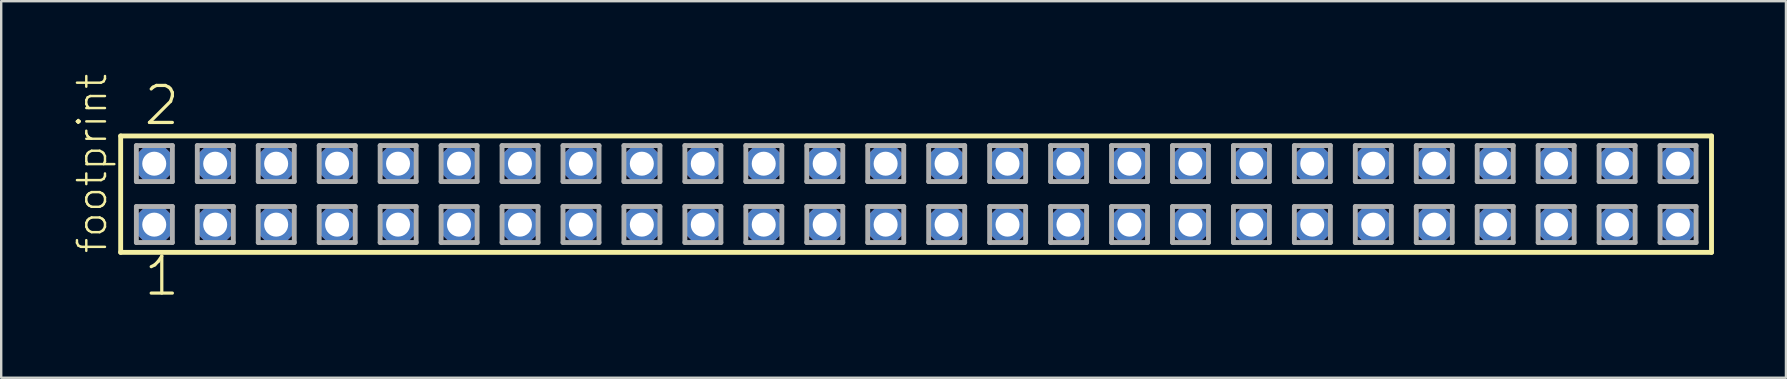
<source format=kicad_pcb>
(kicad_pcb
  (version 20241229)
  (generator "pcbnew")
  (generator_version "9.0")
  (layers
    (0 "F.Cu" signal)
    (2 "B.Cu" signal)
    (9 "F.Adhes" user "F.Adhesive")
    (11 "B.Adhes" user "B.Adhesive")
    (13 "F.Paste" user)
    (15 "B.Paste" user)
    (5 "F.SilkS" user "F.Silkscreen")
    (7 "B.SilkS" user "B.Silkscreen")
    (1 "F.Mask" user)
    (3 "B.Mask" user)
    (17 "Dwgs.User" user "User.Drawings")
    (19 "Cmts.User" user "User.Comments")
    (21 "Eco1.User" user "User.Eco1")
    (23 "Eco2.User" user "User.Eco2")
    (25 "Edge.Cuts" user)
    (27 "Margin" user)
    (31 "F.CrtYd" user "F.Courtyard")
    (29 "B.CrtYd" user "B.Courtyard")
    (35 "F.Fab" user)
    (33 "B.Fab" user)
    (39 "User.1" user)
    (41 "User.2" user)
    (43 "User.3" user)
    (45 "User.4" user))
  (footprint "footprint"
    (layer "F.Cu")
    (at 35.128 5.042)
    (property "Reference" "footprint" (at -33.655 2.54 90) (layer "F.SilkS") (effects (font (size 1.168 1.168) (thickness 0.102)) (justify left bottom)))
    (fp_line (start -33.149 -2.425) (end 33.149 -2.425) (stroke (width 0.203) (type solid)) (layer "F.SilkS"))
    (fp_line (start -33.149 2.425) (end -33.149 -2.425) (stroke (width 0.203) (type solid)) (layer "F.SilkS"))
    (fp_line (start 33.149 -2.425) (end 33.149 2.425) (stroke (width 0.203) (type solid)) (layer "F.SilkS"))
    (fp_line (start 33.149 2.425) (end -33.149 2.425) (stroke (width 0.203) (type solid)) (layer "F.SilkS"))
    (fp_line (start -32.495 -2.025) (end -30.995 -2.025) (stroke (width 0.203) (type solid)) (layer "F.Fab"))
    (fp_line (start -32.495 -0.525) (end -32.495 -2.025) (stroke (width 0.203) (type solid)) (layer "F.Fab"))
    (fp_line (start -32.495 0.515) (end -30.995 0.515) (stroke (width 0.203) (type solid)) (layer "F.Fab"))
    (fp_line (start -32.495 2.015) (end -32.495 0.515) (stroke (width 0.203) (type solid)) (layer "F.Fab"))
    (fp_line (start -30.995 -2.025) (end -30.995 -0.525) (stroke (width 0.203) (type solid)) (layer "F.Fab"))
    (fp_line (start -30.995 -0.525) (end -32.495 -0.525) (stroke (width 0.203) (type solid)) (layer "F.Fab"))
    (fp_line (start -30.995 0.515) (end -30.995 2.015) (stroke (width 0.203) (type solid)) (layer "F.Fab"))
    (fp_line (start -30.995 2.015) (end -32.495 2.015) (stroke (width 0.203) (type solid)) (layer "F.Fab"))
    (fp_line (start -29.955 -2.025) (end -28.455 -2.025) (stroke (width 0.203) (type solid)) (layer "F.Fab"))
    (fp_line (start -29.955 -0.525) (end -29.955 -2.025) (stroke (width 0.203) (type solid)) (layer "F.Fab"))
    (fp_line (start -29.955 0.515) (end -28.455 0.515) (stroke (width 0.203) (type solid)) (layer "F.Fab"))
    (fp_line (start -29.955 2.015) (end -29.955 0.515) (stroke (width 0.203) (type solid)) (layer "F.Fab"))
    (fp_line (start -28.455 -2.025) (end -28.455 -0.525) (stroke (width 0.203) (type solid)) (layer "F.Fab"))
    (fp_line (start -28.455 -0.525) (end -29.955 -0.525) (stroke (width 0.203) (type solid)) (layer "F.Fab"))
    (fp_line (start -28.455 0.515) (end -28.455 2.015) (stroke (width 0.203) (type solid)) (layer "F.Fab"))
    (fp_line (start -28.455 2.015) (end -29.955 2.015) (stroke (width 0.203) (type solid)) (layer "F.Fab"))
    (fp_line (start -27.415 -2.025) (end -25.915 -2.025) (stroke (width 0.203) (type solid)) (layer "F.Fab"))
    (fp_line (start -27.415 -0.525) (end -27.415 -2.025) (stroke (width 0.203) (type solid)) (layer "F.Fab"))
    (fp_line (start -27.415 0.515) (end -25.915 0.515) (stroke (width 0.203) (type solid)) (layer "F.Fab"))
    (fp_line (start -27.415 2.015) (end -27.415 0.515) (stroke (width 0.203) (type solid)) (layer "F.Fab"))
    (fp_line (start -25.915 -2.025) (end -25.915 -0.525) (stroke (width 0.203) (type solid)) (layer "F.Fab"))
    (fp_line (start -25.915 -0.525) (end -27.415 -0.525) (stroke (width 0.203) (type solid)) (layer "F.Fab"))
    (fp_line (start -25.915 0.515) (end -25.915 2.015) (stroke (width 0.203) (type solid)) (layer "F.Fab"))
    (fp_line (start -25.915 2.015) (end -27.415 2.015) (stroke (width 0.203) (type solid)) (layer "F.Fab"))
    (fp_line (start -24.875 -2.025) (end -23.375 -2.025) (stroke (width 0.203) (type solid)) (layer "F.Fab"))
    (fp_line (start -24.875 -0.525) (end -24.875 -2.025) (stroke (width 0.203) (type solid)) (layer "F.Fab"))
    (fp_line (start -24.875 0.515) (end -23.375 0.515) (stroke (width 0.203) (type solid)) (layer "F.Fab"))
    (fp_line (start -24.875 2.015) (end -24.875 0.515) (stroke (width 0.203) (type solid)) (layer "F.Fab"))
    (fp_line (start -23.375 -2.025) (end -23.375 -0.525) (stroke (width 0.203) (type solid)) (layer "F.Fab"))
    (fp_line (start -23.375 -0.525) (end -24.875 -0.525) (stroke (width 0.203) (type solid)) (layer "F.Fab"))
    (fp_line (start -23.375 0.515) (end -23.375 2.015) (stroke (width 0.203) (type solid)) (layer "F.Fab"))
    (fp_line (start -23.375 2.015) (end -24.875 2.015) (stroke (width 0.203) (type solid)) (layer "F.Fab"))
    (fp_line (start -22.335 -2.025) (end -20.835 -2.025) (stroke (width 0.203) (type solid)) (layer "F.Fab"))
    (fp_line (start -22.335 -0.525) (end -22.335 -2.025) (stroke (width 0.203) (type solid)) (layer "F.Fab"))
    (fp_line (start -22.335 0.515) (end -20.835 0.515) (stroke (width 0.203) (type solid)) (layer "F.Fab"))
    (fp_line (start -22.335 2.015) (end -22.335 0.515) (stroke (width 0.203) (type solid)) (layer "F.Fab"))
    (fp_line (start -20.835 -2.025) (end -20.835 -0.525) (stroke (width 0.203) (type solid)) (layer "F.Fab"))
    (fp_line (start -20.835 -0.525) (end -22.335 -0.525) (stroke (width 0.203) (type solid)) (layer "F.Fab"))
    (fp_line (start -20.835 0.515) (end -20.835 2.015) (stroke (width 0.203) (type solid)) (layer "F.Fab"))
    (fp_line (start -20.835 2.015) (end -22.335 2.015) (stroke (width 0.203) (type solid)) (layer "F.Fab"))
    (fp_line (start -19.795 -2.025) (end -18.295 -2.025) (stroke (width 0.203) (type solid)) (layer "F.Fab"))
    (fp_line (start -19.795 -0.525) (end -19.795 -2.025) (stroke (width 0.203) (type solid)) (layer "F.Fab"))
    (fp_line (start -19.795 0.515) (end -18.295 0.515) (stroke (width 0.203) (type solid)) (layer "F.Fab"))
    (fp_line (start -19.795 2.015) (end -19.795 0.515) (stroke (width 0.203) (type solid)) (layer "F.Fab"))
    (fp_line (start -18.295 -2.025) (end -18.295 -0.525) (stroke (width 0.203) (type solid)) (layer "F.Fab"))
    (fp_line (start -18.295 -0.525) (end -19.795 -0.525) (stroke (width 0.203) (type solid)) (layer "F.Fab"))
    (fp_line (start -18.295 0.515) (end -18.295 2.015) (stroke (width 0.203) (type solid)) (layer "F.Fab"))
    (fp_line (start -18.295 2.015) (end -19.795 2.015) (stroke (width 0.203) (type solid)) (layer "F.Fab"))
    (fp_line (start -17.255 -2.025) (end -15.755 -2.025) (stroke (width 0.203) (type solid)) (layer "F.Fab"))
    (fp_line (start -17.255 -0.525) (end -17.255 -2.025) (stroke (width 0.203) (type solid)) (layer "F.Fab"))
    (fp_line (start -17.255 0.515) (end -15.755 0.515) (stroke (width 0.203) (type solid)) (layer "F.Fab"))
    (fp_line (start -17.255 2.015) (end -17.255 0.515) (stroke (width 0.203) (type solid)) (layer "F.Fab"))
    (fp_line (start -15.755 -2.025) (end -15.755 -0.525) (stroke (width 0.203) (type solid)) (layer "F.Fab"))
    (fp_line (start -15.755 -0.525) (end -17.255 -0.525) (stroke (width 0.203) (type solid)) (layer "F.Fab"))
    (fp_line (start -15.755 0.515) (end -15.755 2.015) (stroke (width 0.203) (type solid)) (layer "F.Fab"))
    (fp_line (start -15.755 2.015) (end -17.255 2.015) (stroke (width 0.203) (type solid)) (layer "F.Fab"))
    (fp_line (start -14.715 -2.025) (end -13.215 -2.025) (stroke (width 0.203) (type solid)) (layer "F.Fab"))
    (fp_line (start -14.715 -0.525) (end -14.715 -2.025) (stroke (width 0.203) (type solid)) (layer "F.Fab"))
    (fp_line (start -14.715 0.515) (end -13.215 0.515) (stroke (width 0.203) (type solid)) (layer "F.Fab"))
    (fp_line (start -14.715 2.015) (end -14.715 0.515) (stroke (width 0.203) (type solid)) (layer "F.Fab"))
    (fp_line (start -13.215 -2.025) (end -13.215 -0.525) (stroke (width 0.203) (type solid)) (layer "F.Fab"))
    (fp_line (start -13.215 -0.525) (end -14.715 -0.525) (stroke (width 0.203) (type solid)) (layer "F.Fab"))
    (fp_line (start -13.215 0.515) (end -13.215 2.015) (stroke (width 0.203) (type solid)) (layer "F.Fab"))
    (fp_line (start -13.215 2.015) (end -14.715 2.015) (stroke (width 0.203) (type solid)) (layer "F.Fab"))
    (fp_line (start -12.175 -2.025) (end -10.675 -2.025) (stroke (width 0.203) (type solid)) (layer "F.Fab"))
    (fp_line (start -12.175 -0.525) (end -12.175 -2.025) (stroke (width 0.203) (type solid)) (layer "F.Fab"))
    (fp_line (start -12.175 0.515) (end -10.675 0.515) (stroke (width 0.203) (type solid)) (layer "F.Fab"))
    (fp_line (start -12.175 2.015) (end -12.175 0.515) (stroke (width 0.203) (type solid)) (layer "F.Fab"))
    (fp_line (start -10.675 -2.025) (end -10.675 -0.525) (stroke (width 0.203) (type solid)) (layer "F.Fab"))
    (fp_line (start -10.675 -0.525) (end -12.175 -0.525) (stroke (width 0.203) (type solid)) (layer "F.Fab"))
    (fp_line (start -10.675 0.515) (end -10.675 2.015) (stroke (width 0.203) (type solid)) (layer "F.Fab"))
    (fp_line (start -10.675 2.015) (end -12.175 2.015) (stroke (width 0.203) (type solid)) (layer "F.Fab"))
    (fp_line (start -9.635 -2.025) (end -8.135 -2.025) (stroke (width 0.203) (type solid)) (layer "F.Fab"))
    (fp_line (start -9.635 -0.525) (end -9.635 -2.025) (stroke (width 0.203) (type solid)) (layer "F.Fab"))
    (fp_line (start -9.635 0.515) (end -8.135 0.515) (stroke (width 0.203) (type solid)) (layer "F.Fab"))
    (fp_line (start -9.635 2.015) (end -9.635 0.515) (stroke (width 0.203) (type solid)) (layer "F.Fab"))
    (fp_line (start -8.135 -2.025) (end -8.135 -0.525) (stroke (width 0.203) (type solid)) (layer "F.Fab"))
    (fp_line (start -8.135 -0.525) (end -9.635 -0.525) (stroke (width 0.203) (type solid)) (layer "F.Fab"))
    (fp_line (start -8.135 0.515) (end -8.135 2.015) (stroke (width 0.203) (type solid)) (layer "F.Fab"))
    (fp_line (start -8.135 2.015) (end -9.635 2.015) (stroke (width 0.203) (type solid)) (layer "F.Fab"))
    (fp_line (start -7.095 -2.025) (end -5.595 -2.025) (stroke (width 0.203) (type solid)) (layer "F.Fab"))
    (fp_line (start -7.095 -0.525) (end -7.095 -2.025) (stroke (width 0.203) (type solid)) (layer "F.Fab"))
    (fp_line (start -7.095 0.515) (end -5.595 0.515) (stroke (width 0.203) (type solid)) (layer "F.Fab"))
    (fp_line (start -7.095 2.015) (end -7.095 0.515) (stroke (width 0.203) (type solid)) (layer "F.Fab"))
    (fp_line (start -5.595 -2.025) (end -5.595 -0.525) (stroke (width 0.203) (type solid)) (layer "F.Fab"))
    (fp_line (start -5.595 -0.525) (end -7.095 -0.525) (stroke (width 0.203) (type solid)) (layer "F.Fab"))
    (fp_line (start -5.595 0.515) (end -5.595 2.015) (stroke (width 0.203) (type solid)) (layer "F.Fab"))
    (fp_line (start -5.595 2.015) (end -7.095 2.015) (stroke (width 0.203) (type solid)) (layer "F.Fab"))
    (fp_line (start -4.555 -2.025) (end -3.055 -2.025) (stroke (width 0.203) (type solid)) (layer "F.Fab"))
    (fp_line (start -4.555 -0.525) (end -4.555 -2.025) (stroke (width 0.203) (type solid)) (layer "F.Fab"))
    (fp_line (start -4.555 0.515) (end -3.055 0.515) (stroke (width 0.203) (type solid)) (layer "F.Fab"))
    (fp_line (start -4.555 2.015) (end -4.555 0.515) (stroke (width 0.203) (type solid)) (layer "F.Fab"))
    (fp_line (start -3.055 -2.025) (end -3.055 -0.525) (stroke (width 0.203) (type solid)) (layer "F.Fab"))
    (fp_line (start -3.055 -0.525) (end -4.555 -0.525) (stroke (width 0.203) (type solid)) (layer "F.Fab"))
    (fp_line (start -3.055 0.515) (end -3.055 2.015) (stroke (width 0.203) (type solid)) (layer "F.Fab"))
    (fp_line (start -3.055 2.015) (end -4.555 2.015) (stroke (width 0.203) (type solid)) (layer "F.Fab"))
    (fp_line (start -2.015 -2.025) (end -0.515 -2.025) (stroke (width 0.203) (type solid)) (layer "F.Fab"))
    (fp_line (start -2.015 -0.525) (end -2.015 -2.025) (stroke (width 0.203) (type solid)) (layer "F.Fab"))
    (fp_line (start -2.015 0.515) (end -0.515 0.515) (stroke (width 0.203) (type solid)) (layer "F.Fab"))
    (fp_line (start -2.015 2.015) (end -2.015 0.515) (stroke (width 0.203) (type solid)) (layer "F.Fab"))
    (fp_line (start -0.515 -2.025) (end -0.515 -0.525) (stroke (width 0.203) (type solid)) (layer "F.Fab"))
    (fp_line (start -0.515 -0.525) (end -2.015 -0.525) (stroke (width 0.203) (type solid)) (layer "F.Fab"))
    (fp_line (start -0.515 0.515) (end -0.515 2.015) (stroke (width 0.203) (type solid)) (layer "F.Fab"))
    (fp_line (start -0.515 2.015) (end -2.015 2.015) (stroke (width 0.203) (type solid)) (layer "F.Fab"))
    (fp_line (start 0.525 -2.025) (end 2.025 -2.025) (stroke (width 0.203) (type solid)) (layer "F.Fab"))
    (fp_line (start 0.525 -0.525) (end 0.525 -2.025) (stroke (width 0.203) (type solid)) (layer "F.Fab"))
    (fp_line (start 0.525 0.515) (end 2.025 0.515) (stroke (width 0.203) (type solid)) (layer "F.Fab"))
    (fp_line (start 0.525 2.015) (end 0.525 0.515) (stroke (width 0.203) (type solid)) (layer "F.Fab"))
    (fp_line (start 2.025 -2.025) (end 2.025 -0.525) (stroke (width 0.203) (type solid)) (layer "F.Fab"))
    (fp_line (start 2.025 -0.525) (end 0.525 -0.525) (stroke (width 0.203) (type solid)) (layer "F.Fab"))
    (fp_line (start 2.025 0.515) (end 2.025 2.015) (stroke (width 0.203) (type solid)) (layer "F.Fab"))
    (fp_line (start 2.025 2.015) (end 0.525 2.015) (stroke (width 0.203) (type solid)) (layer "F.Fab"))
    (fp_line (start 3.065 -2.025) (end 4.565 -2.025) (stroke (width 0.203) (type solid)) (layer "F.Fab"))
    (fp_line (start 3.065 -0.525) (end 3.065 -2.025) (stroke (width 0.203) (type solid)) (layer "F.Fab"))
    (fp_line (start 3.065 0.515) (end 4.565 0.515) (stroke (width 0.203) (type solid)) (layer "F.Fab"))
    (fp_line (start 3.065 2.015) (end 3.065 0.515) (stroke (width 0.203) (type solid)) (layer "F.Fab"))
    (fp_line (start 4.565 -2.025) (end 4.565 -0.525) (stroke (width 0.203) (type solid)) (layer "F.Fab"))
    (fp_line (start 4.565 -0.525) (end 3.065 -0.525) (stroke (width 0.203) (type solid)) (layer "F.Fab"))
    (fp_line (start 4.565 0.515) (end 4.565 2.015) (stroke (width 0.203) (type solid)) (layer "F.Fab"))
    (fp_line (start 4.565 2.015) (end 3.065 2.015) (stroke (width 0.203) (type solid)) (layer "F.Fab"))
    (fp_line (start 5.605 -2.025) (end 7.105 -2.025) (stroke (width 0.203) (type solid)) (layer "F.Fab"))
    (fp_line (start 5.605 -0.525) (end 5.605 -2.025) (stroke (width 0.203) (type solid)) (layer "F.Fab"))
    (fp_line (start 5.605 0.515) (end 7.105 0.515) (stroke (width 0.203) (type solid)) (layer "F.Fab"))
    (fp_line (start 5.605 2.015) (end 5.605 0.515) (stroke (width 0.203) (type solid)) (layer "F.Fab"))
    (fp_line (start 7.105 -2.025) (end 7.105 -0.525) (stroke (width 0.203) (type solid)) (layer "F.Fab"))
    (fp_line (start 7.105 -0.525) (end 5.605 -0.525) (stroke (width 0.203) (type solid)) (layer "F.Fab"))
    (fp_line (start 7.105 0.515) (end 7.105 2.015) (stroke (width 0.203) (type solid)) (layer "F.Fab"))
    (fp_line (start 7.105 2.015) (end 5.605 2.015) (stroke (width 0.203) (type solid)) (layer "F.Fab"))
    (fp_line (start 8.145 -2.025) (end 9.645 -2.025) (stroke (width 0.203) (type solid)) (layer "F.Fab"))
    (fp_line (start 8.145 -0.525) (end 8.145 -2.025) (stroke (width 0.203) (type solid)) (layer "F.Fab"))
    (fp_line (start 8.145 0.515) (end 9.645 0.515) (stroke (width 0.203) (type solid)) (layer "F.Fab"))
    (fp_line (start 8.145 2.015) (end 8.145 0.515) (stroke (width 0.203) (type solid)) (layer "F.Fab"))
    (fp_line (start 9.645 -2.025) (end 9.645 -0.525) (stroke (width 0.203) (type solid)) (layer "F.Fab"))
    (fp_line (start 9.645 -0.525) (end 8.145 -0.525) (stroke (width 0.203) (type solid)) (layer "F.Fab"))
    (fp_line (start 9.645 0.515) (end 9.645 2.015) (stroke (width 0.203) (type solid)) (layer "F.Fab"))
    (fp_line (start 9.645 2.015) (end 8.145 2.015) (stroke (width 0.203) (type solid)) (layer "F.Fab"))
    (fp_line (start 10.685 -2.025) (end 12.185 -2.025) (stroke (width 0.203) (type solid)) (layer "F.Fab"))
    (fp_line (start 10.685 -0.525) (end 10.685 -2.025) (stroke (width 0.203) (type solid)) (layer "F.Fab"))
    (fp_line (start 10.685 0.515) (end 12.185 0.515) (stroke (width 0.203) (type solid)) (layer "F.Fab"))
    (fp_line (start 10.685 2.015) (end 10.685 0.515) (stroke (width 0.203) (type solid)) (layer "F.Fab"))
    (fp_line (start 12.185 -2.025) (end 12.185 -0.525) (stroke (width 0.203) (type solid)) (layer "F.Fab"))
    (fp_line (start 12.185 -0.525) (end 10.685 -0.525) (stroke (width 0.203) (type solid)) (layer "F.Fab"))
    (fp_line (start 12.185 0.515) (end 12.185 2.015) (stroke (width 0.203) (type solid)) (layer "F.Fab"))
    (fp_line (start 12.185 2.015) (end 10.685 2.015) (stroke (width 0.203) (type solid)) (layer "F.Fab"))
    (fp_line (start 13.225 -2.025) (end 14.725 -2.025) (stroke (width 0.203) (type solid)) (layer "F.Fab"))
    (fp_line (start 13.225 -0.525) (end 13.225 -2.025) (stroke (width 0.203) (type solid)) (layer "F.Fab"))
    (fp_line (start 13.225 0.515) (end 14.725 0.515) (stroke (width 0.203) (type solid)) (layer "F.Fab"))
    (fp_line (start 13.225 2.015) (end 13.225 0.515) (stroke (width 0.203) (type solid)) (layer "F.Fab"))
    (fp_line (start 14.725 -2.025) (end 14.725 -0.525) (stroke (width 0.203) (type solid)) (layer "F.Fab"))
    (fp_line (start 14.725 -0.525) (end 13.225 -0.525) (stroke (width 0.203) (type solid)) (layer "F.Fab"))
    (fp_line (start 14.725 0.515) (end 14.725 2.015) (stroke (width 0.203) (type solid)) (layer "F.Fab"))
    (fp_line (start 14.725 2.015) (end 13.225 2.015) (stroke (width 0.203) (type solid)) (layer "F.Fab"))
    (fp_line (start 15.765 -2.025) (end 17.265 -2.025) (stroke (width 0.203) (type solid)) (layer "F.Fab"))
    (fp_line (start 15.765 -0.525) (end 15.765 -2.025) (stroke (width 0.203) (type solid)) (layer "F.Fab"))
    (fp_line (start 15.765 0.515) (end 17.265 0.515) (stroke (width 0.203) (type solid)) (layer "F.Fab"))
    (fp_line (start 15.765 2.015) (end 15.765 0.515) (stroke (width 0.203) (type solid)) (layer "F.Fab"))
    (fp_line (start 17.265 -2.025) (end 17.265 -0.525) (stroke (width 0.203) (type solid)) (layer "F.Fab"))
    (fp_line (start 17.265 -0.525) (end 15.765 -0.525) (stroke (width 0.203) (type solid)) (layer "F.Fab"))
    (fp_line (start 17.265 0.515) (end 17.265 2.015) (stroke (width 0.203) (type solid)) (layer "F.Fab"))
    (fp_line (start 17.265 2.015) (end 15.765 2.015) (stroke (width 0.203) (type solid)) (layer "F.Fab"))
    (fp_line (start 18.305 -2.025) (end 19.805 -2.025) (stroke (width 0.203) (type solid)) (layer "F.Fab"))
    (fp_line (start 18.305 -0.525) (end 18.305 -2.025) (stroke (width 0.203) (type solid)) (layer "F.Fab"))
    (fp_line (start 18.305 0.515) (end 19.805 0.515) (stroke (width 0.203) (type solid)) (layer "F.Fab"))
    (fp_line (start 18.305 2.015) (end 18.305 0.515) (stroke (width 0.203) (type solid)) (layer "F.Fab"))
    (fp_line (start 19.805 -2.025) (end 19.805 -0.525) (stroke (width 0.203) (type solid)) (layer "F.Fab"))
    (fp_line (start 19.805 -0.525) (end 18.305 -0.525) (stroke (width 0.203) (type solid)) (layer "F.Fab"))
    (fp_line (start 19.805 0.515) (end 19.805 2.015) (stroke (width 0.203) (type solid)) (layer "F.Fab"))
    (fp_line (start 19.805 2.015) (end 18.305 2.015) (stroke (width 0.203) (type solid)) (layer "F.Fab"))
    (fp_line (start 20.845 -2.025) (end 22.345 -2.025) (stroke (width 0.203) (type solid)) (layer "F.Fab"))
    (fp_line (start 20.845 -0.525) (end 20.845 -2.025) (stroke (width 0.203) (type solid)) (layer "F.Fab"))
    (fp_line (start 20.845 0.515) (end 22.345 0.515) (stroke (width 0.203) (type solid)) (layer "F.Fab"))
    (fp_line (start 20.845 2.015) (end 20.845 0.515) (stroke (width 0.203) (type solid)) (layer "F.Fab"))
    (fp_line (start 22.345 -2.025) (end 22.345 -0.525) (stroke (width 0.203) (type solid)) (layer "F.Fab"))
    (fp_line (start 22.345 -0.525) (end 20.845 -0.525) (stroke (width 0.203) (type solid)) (layer "F.Fab"))
    (fp_line (start 22.345 0.515) (end 22.345 2.015) (stroke (width 0.203) (type solid)) (layer "F.Fab"))
    (fp_line (start 22.345 2.015) (end 20.845 2.015) (stroke (width 0.203) (type solid)) (layer "F.Fab"))
    (fp_line (start 23.385 -2.025) (end 24.885 -2.025) (stroke (width 0.203) (type solid)) (layer "F.Fab"))
    (fp_line (start 23.385 -0.525) (end 23.385 -2.025) (stroke (width 0.203) (type solid)) (layer "F.Fab"))
    (fp_line (start 23.385 0.515) (end 24.885 0.515) (stroke (width 0.203) (type solid)) (layer "F.Fab"))
    (fp_line (start 23.385 2.015) (end 23.385 0.515) (stroke (width 0.203) (type solid)) (layer "F.Fab"))
    (fp_line (start 24.885 -2.025) (end 24.885 -0.525) (stroke (width 0.203) (type solid)) (layer "F.Fab"))
    (fp_line (start 24.885 -0.525) (end 23.385 -0.525) (stroke (width 0.203) (type solid)) (layer "F.Fab"))
    (fp_line (start 24.885 0.515) (end 24.885 2.015) (stroke (width 0.203) (type solid)) (layer "F.Fab"))
    (fp_line (start 24.885 2.015) (end 23.385 2.015) (stroke (width 0.203) (type solid)) (layer "F.Fab"))
    (fp_line (start 25.925 -2.025) (end 27.425 -2.025) (stroke (width 0.203) (type solid)) (layer "F.Fab"))
    (fp_line (start 25.925 -0.525) (end 25.925 -2.025) (stroke (width 0.203) (type solid)) (layer "F.Fab"))
    (fp_line (start 25.925 0.515) (end 27.425 0.515) (stroke (width 0.203) (type solid)) (layer "F.Fab"))
    (fp_line (start 25.925 2.015) (end 25.925 0.515) (stroke (width 0.203) (type solid)) (layer "F.Fab"))
    (fp_line (start 27.425 -2.025) (end 27.425 -0.525) (stroke (width 0.203) (type solid)) (layer "F.Fab"))
    (fp_line (start 27.425 -0.525) (end 25.925 -0.525) (stroke (width 0.203) (type solid)) (layer "F.Fab"))
    (fp_line (start 27.425 0.515) (end 27.425 2.015) (stroke (width 0.203) (type solid)) (layer "F.Fab"))
    (fp_line (start 27.425 2.015) (end 25.925 2.015) (stroke (width 0.203) (type solid)) (layer "F.Fab"))
    (fp_line (start 28.465 -2.025) (end 29.965 -2.025) (stroke (width 0.203) (type solid)) (layer "F.Fab"))
    (fp_line (start 28.465 -0.525) (end 28.465 -2.025) (stroke (width 0.203) (type solid)) (layer "F.Fab"))
    (fp_line (start 28.465 0.515) (end 29.965 0.515) (stroke (width 0.203) (type solid)) (layer "F.Fab"))
    (fp_line (start 28.465 2.015) (end 28.465 0.515) (stroke (width 0.203) (type solid)) (layer "F.Fab"))
    (fp_line (start 29.965 -2.025) (end 29.965 -0.525) (stroke (width 0.203) (type solid)) (layer "F.Fab"))
    (fp_line (start 29.965 -0.525) (end 28.465 -0.525) (stroke (width 0.203) (type solid)) (layer "F.Fab"))
    (fp_line (start 29.965 0.515) (end 29.965 2.015) (stroke (width 0.203) (type solid)) (layer "F.Fab"))
    (fp_line (start 29.965 2.015) (end 28.465 2.015) (stroke (width 0.203) (type solid)) (layer "F.Fab"))
    (fp_line (start 31.005 -2.025) (end 32.505 -2.025) (stroke (width 0.203) (type solid)) (layer "F.Fab"))
    (fp_line (start 31.005 -0.525) (end 31.005 -2.025) (stroke (width 0.203) (type solid)) (layer "F.Fab"))
    (fp_line (start 31.005 0.515) (end 32.505 0.515) (stroke (width 0.203) (type solid)) (layer "F.Fab"))
    (fp_line (start 31.005 2.015) (end 31.005 0.515) (stroke (width 0.203) (type solid)) (layer "F.Fab"))
    (fp_line (start 32.505 -2.025) (end 32.505 -0.525) (stroke (width 0.203) (type solid)) (layer "F.Fab"))
    (fp_line (start 32.505 -0.525) (end 31.005 -0.525) (stroke (width 0.203) (type solid)) (layer "F.Fab"))
    (fp_line (start 32.505 0.515) (end 32.505 2.015) (stroke (width 0.203) (type solid)) (layer "F.Fab"))
    (fp_line (start 32.505 2.015) (end 31.005 2.015) (stroke (width 0.203) (type solid)) (layer "F.Fab"))
    (fp_text user "1" (at -32.258 4.318 0) (layer "F.SilkS") (effects (font (size 1.542 1.542) (thickness 0.134)) (justify left bottom)))
    (fp_text user "2" (at -32.258 -2.794 0) (layer "F.SilkS") (effects (font (size 1.542 1.542) (thickness 0.134)) (justify left bottom)))
    (pad "1" thru_hole roundrect (at -31.75 1.27) (size 1.5 1.5) (drill 1) (layers "*.Cu" "*.Mask") (roundrect_rratio 0.25) (chamfer_ratio 0.25) (chamfer top_left top_right bottom_left bottom_right))
    (pad "2" thru_hole roundrect (at -31.75 -1.27) (size 1.5 1.5) (drill 1) (layers "*.Cu" "*.Mask") (roundrect_rratio 0.25) (chamfer_ratio 0.25) (chamfer top_left top_right bottom_left bottom_right))
    (pad "3" thru_hole roundrect (at -29.21 1.27) (size 1.5 1.5) (drill 1) (layers "*.Cu" "*.Mask") (roundrect_rratio 0.25) (chamfer_ratio 0.25) (chamfer top_left top_right bottom_left bottom_right))
    (pad "4" thru_hole roundrect (at -29.21 -1.27) (size 1.5 1.5) (drill 1) (layers "*.Cu" "*.Mask") (roundrect_rratio 0.25) (chamfer_ratio 0.25) (chamfer top_left top_right bottom_left bottom_right))
    (pad "5" thru_hole roundrect (at -26.67 1.27) (size 1.5 1.5) (drill 1) (layers "*.Cu" "*.Mask") (roundrect_rratio 0.25) (chamfer_ratio 0.25) (chamfer top_left top_right bottom_left bottom_right))
    (pad "6" thru_hole roundrect (at -26.67 -1.27) (size 1.5 1.5) (drill 1) (layers "*.Cu" "*.Mask") (roundrect_rratio 0.25) (chamfer_ratio 0.25) (chamfer top_left top_right bottom_left bottom_right))
    (pad "7" thru_hole roundrect (at -24.13 1.27) (size 1.5 1.5) (drill 1) (layers "*.Cu" "*.Mask") (roundrect_rratio 0.25) (chamfer_ratio 0.25) (chamfer top_left top_right bottom_left bottom_right))
    (pad "8" thru_hole roundrect (at -24.13 -1.27) (size 1.5 1.5) (drill 1) (layers "*.Cu" "*.Mask") (roundrect_rratio 0.25) (chamfer_ratio 0.25) (chamfer top_left top_right bottom_left bottom_right))
    (pad "9" thru_hole roundrect (at -21.59 1.27) (size 1.5 1.5) (drill 1) (layers "*.Cu" "*.Mask") (roundrect_rratio 0.25) (chamfer_ratio 0.25) (chamfer top_left top_right bottom_left bottom_right))
    (pad "10" thru_hole roundrect (at -21.59 -1.27) (size 1.5 1.5) (drill 1) (layers "*.Cu" "*.Mask") (roundrect_rratio 0.25) (chamfer_ratio 0.25) (chamfer top_left top_right bottom_left bottom_right))
    (pad "11" thru_hole roundrect (at -19.05 1.27) (size 1.5 1.5) (drill 1) (layers "*.Cu" "*.Mask") (roundrect_rratio 0.25) (chamfer_ratio 0.25) (chamfer top_left top_right bottom_left bottom_right))
    (pad "12" thru_hole roundrect (at -19.05 -1.27) (size 1.5 1.5) (drill 1) (layers "*.Cu" "*.Mask") (roundrect_rratio 0.25) (chamfer_ratio 0.25) (chamfer top_left top_right bottom_left bottom_right))
    (pad "13" thru_hole roundrect (at -16.51 1.27) (size 1.5 1.5) (drill 1) (layers "*.Cu" "*.Mask") (roundrect_rratio 0.25) (chamfer_ratio 0.25) (chamfer top_left top_right bottom_left bottom_right))
    (pad "14" thru_hole roundrect (at -16.51 -1.27) (size 1.5 1.5) (drill 1) (layers "*.Cu" "*.Mask") (roundrect_rratio 0.25) (chamfer_ratio 0.25) (chamfer top_left top_right bottom_left bottom_right))
    (pad "15" thru_hole roundrect (at -13.97 1.27) (size 1.5 1.5) (drill 1) (layers "*.Cu" "*.Mask") (roundrect_rratio 0.25) (chamfer_ratio 0.25) (chamfer top_left top_right bottom_left bottom_right))
    (pad "16" thru_hole roundrect (at -13.97 -1.27) (size 1.5 1.5) (drill 1) (layers "*.Cu" "*.Mask") (roundrect_rratio 0.25) (chamfer_ratio 0.25) (chamfer top_left top_right bottom_left bottom_right))
    (pad "17" thru_hole roundrect (at -11.43 1.27) (size 1.5 1.5) (drill 1) (layers "*.Cu" "*.Mask") (roundrect_rratio 0.25) (chamfer_ratio 0.25) (chamfer top_left top_right bottom_left bottom_right))
    (pad "18" thru_hole roundrect (at -11.43 -1.27) (size 1.5 1.5) (drill 1) (layers "*.Cu" "*.Mask") (roundrect_rratio 0.25) (chamfer_ratio 0.25) (chamfer top_left top_right bottom_left bottom_right))
    (pad "19" thru_hole roundrect (at -8.89 1.27) (size 1.5 1.5) (drill 1) (layers "*.Cu" "*.Mask") (roundrect_rratio 0.25) (chamfer_ratio 0.25) (chamfer top_left top_right bottom_left bottom_right))
    (pad "20" thru_hole roundrect (at -8.89 -1.27) (size 1.5 1.5) (drill 1) (layers "*.Cu" "*.Mask") (roundrect_rratio 0.25) (chamfer_ratio 0.25) (chamfer top_left top_right bottom_left bottom_right))
    (pad "21" thru_hole roundrect (at -6.35 1.27) (size 1.5 1.5) (drill 1) (layers "*.Cu" "*.Mask") (roundrect_rratio 0.25) (chamfer_ratio 0.25) (chamfer top_left top_right bottom_left bottom_right))
    (pad "22" thru_hole roundrect (at -6.35 -1.27) (size 1.5 1.5) (drill 1) (layers "*.Cu" "*.Mask") (roundrect_rratio 0.25) (chamfer_ratio 0.25) (chamfer top_left top_right bottom_left bottom_right))
    (pad "23" thru_hole roundrect (at -3.81 1.27) (size 1.5 1.5) (drill 1) (layers "*.Cu" "*.Mask") (roundrect_rratio 0.25) (chamfer_ratio 0.25) (chamfer top_left top_right bottom_left bottom_right))
    (pad "24" thru_hole roundrect (at -3.81 -1.27) (size 1.5 1.5) (drill 1) (layers "*.Cu" "*.Mask") (roundrect_rratio 0.25) (chamfer_ratio 0.25) (chamfer top_left top_right bottom_left bottom_right))
    (pad "25" thru_hole roundrect (at -1.27 1.27) (size 1.5 1.5) (drill 1) (layers "*.Cu" "*.Mask") (roundrect_rratio 0.25) (chamfer_ratio 0.25) (chamfer top_left top_right bottom_left bottom_right))
    (pad "26" thru_hole roundrect (at -1.27 -1.27) (size 1.5 1.5) (drill 1) (layers "*.Cu" "*.Mask") (roundrect_rratio 0.25) (chamfer_ratio 0.25) (chamfer top_left top_right bottom_left bottom_right))
    (pad "27" thru_hole roundrect (at 1.27 1.27) (size 1.5 1.5) (drill 1) (layers "*.Cu" "*.Mask") (roundrect_rratio 0.25) (chamfer_ratio 0.25) (chamfer top_left top_right bottom_left bottom_right))
    (pad "28" thru_hole roundrect (at 1.27 -1.27) (size 1.5 1.5) (drill 1) (layers "*.Cu" "*.Mask") (roundrect_rratio 0.25) (chamfer_ratio 0.25) (chamfer top_left top_right bottom_left bottom_right))
    (pad "29" thru_hole roundrect (at 3.81 1.27) (size 1.5 1.5) (drill 1) (layers "*.Cu" "*.Mask") (roundrect_rratio 0.25) (chamfer_ratio 0.25) (chamfer top_left top_right bottom_left bottom_right))
    (pad "30" thru_hole roundrect (at 3.81 -1.27) (size 1.5 1.5) (drill 1) (layers "*.Cu" "*.Mask") (roundrect_rratio 0.25) (chamfer_ratio 0.25) (chamfer top_left top_right bottom_left bottom_right))
    (pad "31" thru_hole roundrect (at 6.35 1.27) (size 1.5 1.5) (drill 1) (layers "*.Cu" "*.Mask") (roundrect_rratio 0.25) (chamfer_ratio 0.25) (chamfer top_left top_right bottom_left bottom_right))
    (pad "32" thru_hole roundrect (at 6.35 -1.27) (size 1.5 1.5) (drill 1) (layers "*.Cu" "*.Mask") (roundrect_rratio 0.25) (chamfer_ratio 0.25) (chamfer top_left top_right bottom_left bottom_right))
    (pad "33" thru_hole roundrect (at 8.89 1.27) (size 1.5 1.5) (drill 1) (layers "*.Cu" "*.Mask") (roundrect_rratio 0.25) (chamfer_ratio 0.25) (chamfer top_left top_right bottom_left bottom_right))
    (pad "34" thru_hole roundrect (at 8.89 -1.27) (size 1.5 1.5) (drill 1) (layers "*.Cu" "*.Mask") (roundrect_rratio 0.25) (chamfer_ratio 0.25) (chamfer top_left top_right bottom_left bottom_right))
    (pad "35" thru_hole roundrect (at 11.43 1.27) (size 1.5 1.5) (drill 1) (layers "*.Cu" "*.Mask") (roundrect_rratio 0.25) (chamfer_ratio 0.25) (chamfer top_left top_right bottom_left bottom_right))
    (pad "36" thru_hole roundrect (at 11.43 -1.27) (size 1.5 1.5) (drill 1) (layers "*.Cu" "*.Mask") (roundrect_rratio 0.25) (chamfer_ratio 0.25) (chamfer top_left top_right bottom_left bottom_right))
    (pad "37" thru_hole roundrect (at 13.97 1.27) (size 1.5 1.5) (drill 1) (layers "*.Cu" "*.Mask") (roundrect_rratio 0.25) (chamfer_ratio 0.25) (chamfer top_left top_right bottom_left bottom_right))
    (pad "38" thru_hole roundrect (at 13.97 -1.27) (size 1.5 1.5) (drill 1) (layers "*.Cu" "*.Mask") (roundrect_rratio 0.25) (chamfer_ratio 0.25) (chamfer top_left top_right bottom_left bottom_right))
    (pad "39" thru_hole roundrect (at 16.51 1.27) (size 1.5 1.5) (drill 1) (layers "*.Cu" "*.Mask") (roundrect_rratio 0.25) (chamfer_ratio 0.25) (chamfer top_left top_right bottom_left bottom_right))
    (pad "40" thru_hole roundrect (at 16.51 -1.27) (size 1.5 1.5) (drill 1) (layers "*.Cu" "*.Mask") (roundrect_rratio 0.25) (chamfer_ratio 0.25) (chamfer top_left top_right bottom_left bottom_right))
    (pad "41" thru_hole roundrect (at 19.05 1.27) (size 1.5 1.5) (drill 1) (layers "*.Cu" "*.Mask") (roundrect_rratio 0.25) (chamfer_ratio 0.25) (chamfer top_left top_right bottom_left bottom_right))
    (pad "42" thru_hole roundrect (at 19.05 -1.27) (size 1.5 1.5) (drill 1) (layers "*.Cu" "*.Mask") (roundrect_rratio 0.25) (chamfer_ratio 0.25) (chamfer top_left top_right bottom_left bottom_right))
    (pad "43" thru_hole roundrect (at 21.59 1.27) (size 1.5 1.5) (drill 1) (layers "*.Cu" "*.Mask") (roundrect_rratio 0.25) (chamfer_ratio 0.25) (chamfer top_left top_right bottom_left bottom_right))
    (pad "44" thru_hole roundrect (at 21.59 -1.27) (size 1.5 1.5) (drill 1) (layers "*.Cu" "*.Mask") (roundrect_rratio 0.25) (chamfer_ratio 0.25) (chamfer top_left top_right bottom_left bottom_right))
    (pad "45" thru_hole roundrect (at 24.13 1.27) (size 1.5 1.5) (drill 1) (layers "*.Cu" "*.Mask") (roundrect_rratio 0.25) (chamfer_ratio 0.25) (chamfer top_left top_right bottom_left bottom_right))
    (pad "46" thru_hole roundrect (at 24.13 -1.27) (size 1.5 1.5) (drill 1) (layers "*.Cu" "*.Mask") (roundrect_rratio 0.25) (chamfer_ratio 0.25) (chamfer top_left top_right bottom_left bottom_right))
    (pad "47" thru_hole roundrect (at 26.67 1.27) (size 1.5 1.5) (drill 1) (layers "*.Cu" "*.Mask") (roundrect_rratio 0.25) (chamfer_ratio 0.25) (chamfer top_left top_right bottom_left bottom_right))
    (pad "48" thru_hole roundrect (at 26.67 -1.27) (size 1.5 1.5) (drill 1) (layers "*.Cu" "*.Mask") (roundrect_rratio 0.25) (chamfer_ratio 0.25) (chamfer top_left top_right bottom_left bottom_right))
    (pad "49" thru_hole roundrect (at 29.21 1.27) (size 1.5 1.5) (drill 1) (layers "*.Cu" "*.Mask") (roundrect_rratio 0.25) (chamfer_ratio 0.25) (chamfer top_left top_right bottom_left bottom_right))
    (pad "50" thru_hole roundrect (at 29.21 -1.27) (size 1.5 1.5) (drill 1) (layers "*.Cu" "*.Mask") (roundrect_rratio 0.25) (chamfer_ratio 0.25) (chamfer top_left top_right bottom_left bottom_right))
    (pad "51" thru_hole roundrect (at 31.75 1.27) (size 1.5 1.5) (drill 1) (layers "*.Cu" "*.Mask") (roundrect_rratio 0.25) (chamfer_ratio 0.25) (chamfer top_left top_right bottom_left bottom_right))
    (pad "52" thru_hole roundrect (at 31.75 -1.27) (size 1.5 1.5) (drill 1) (layers "*.Cu" "*.Mask") (roundrect_rratio 0.25) (chamfer_ratio 0.25) (chamfer top_left top_right bottom_left bottom_right)))
  (gr_rect
    (start -3 -3)
    (end 71.379 12.691)
    (stroke (width 0.1) (type default))
    (fill no)
    (layer "Edge.Cuts")))
</source>
